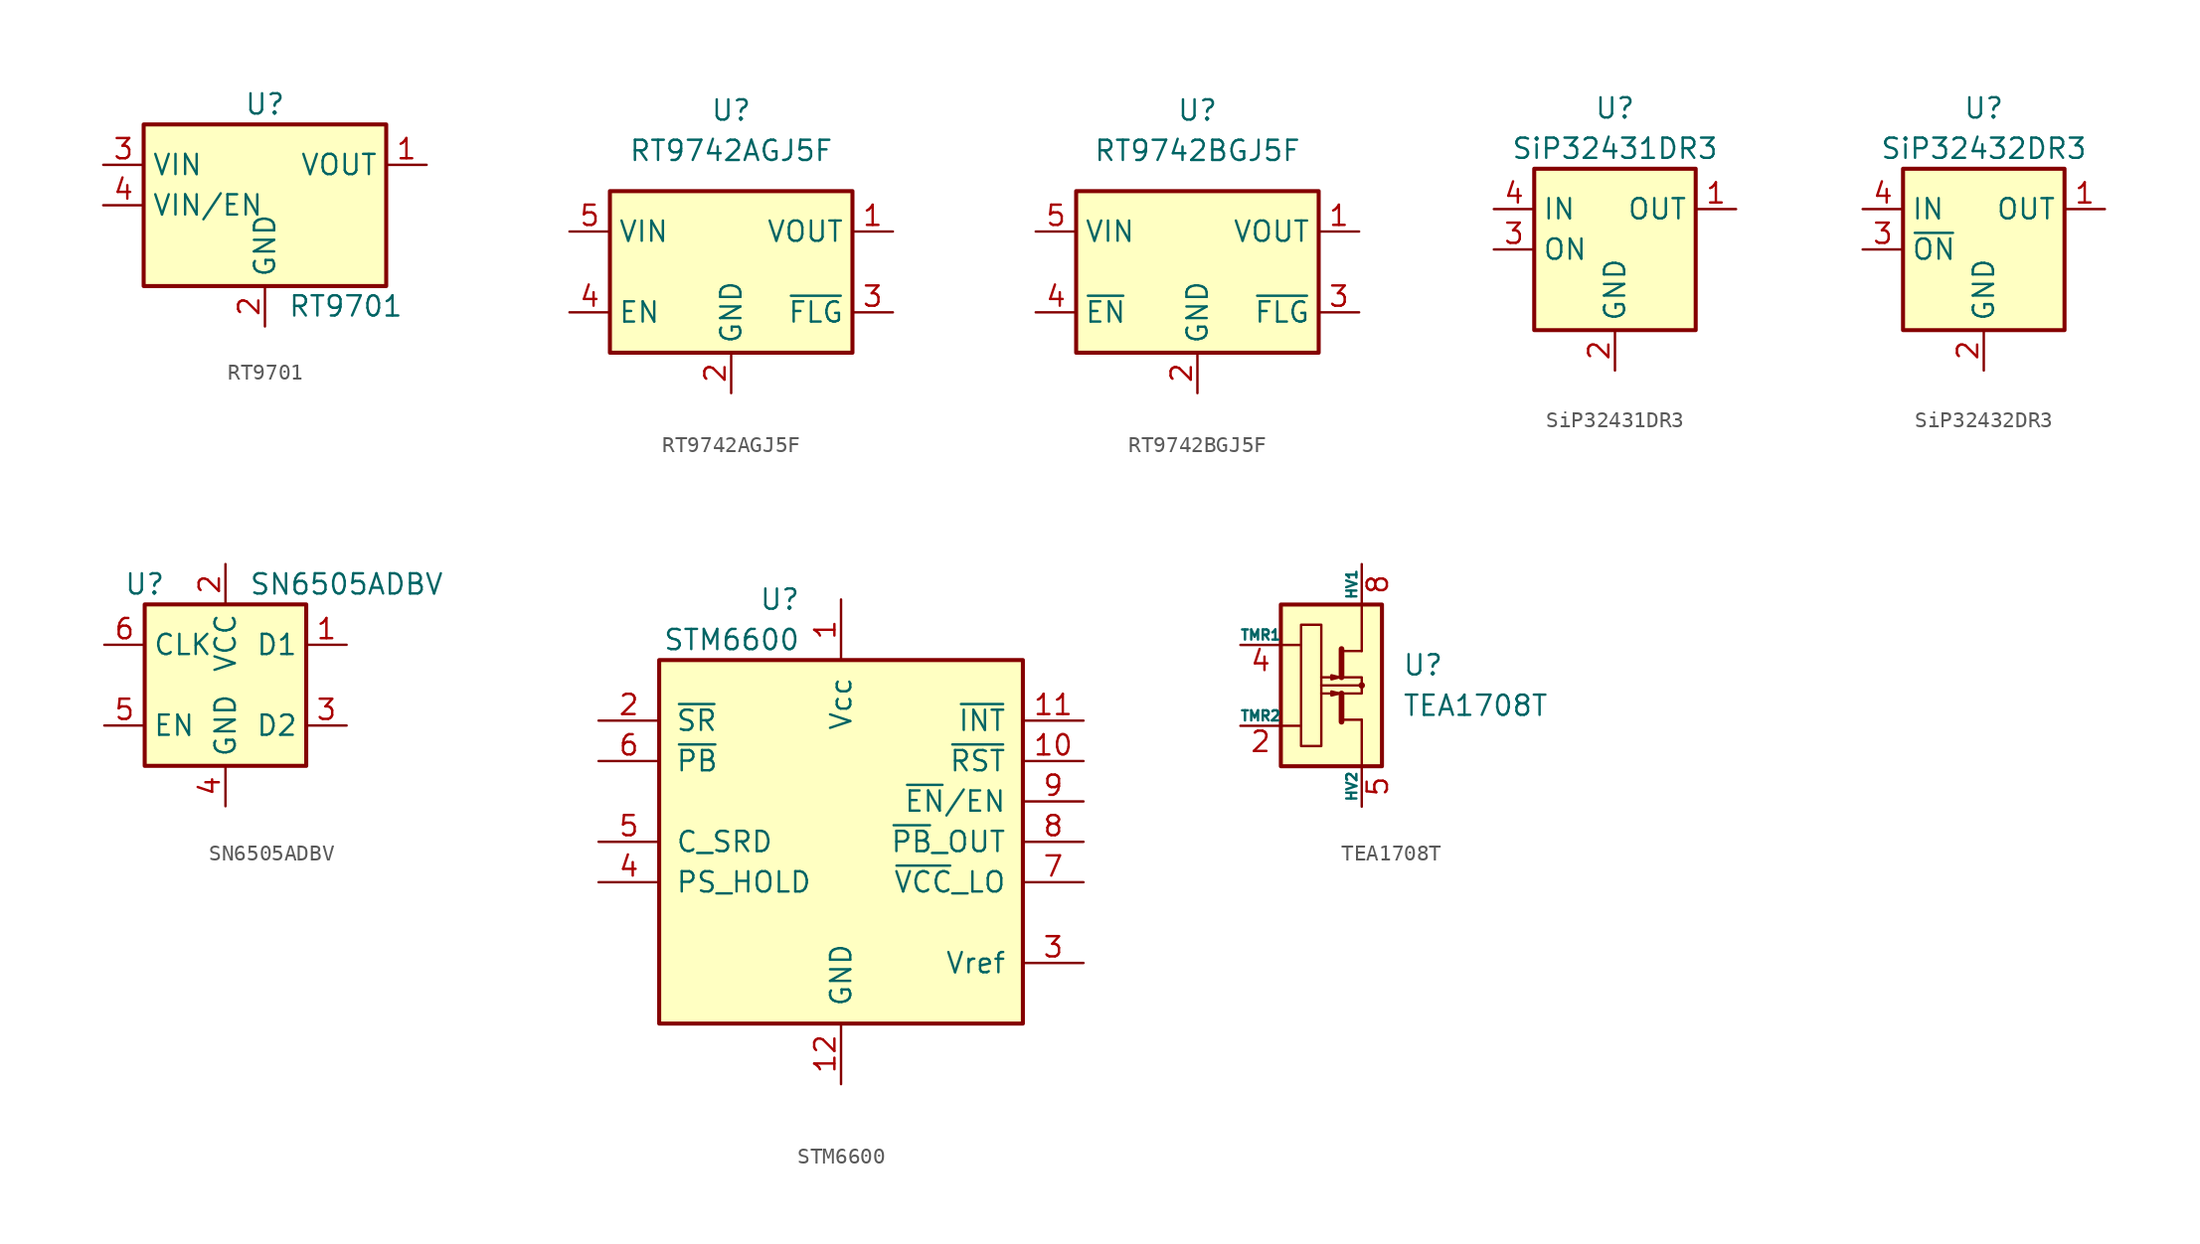
<source format=kicad_sym>
(kicad_symbol_lib
  (version 20241209)
  (generator "kicad_symbol_editor")
  (generator_version "9.0")
  (symbol "RT9701"
    (property "Reference" "U"
      (at 0 6.35 0)
      (effects (font (size 1.27 1.27))))
    (property "Value" "RT9701"
      (at 5.08 -6.35 0)
      (effects (font (size 1.27 1.27))))
    (symbol "RT9701_0_1"
      (rectangle (start -7.62 5.08) (end 7.62 -5.08) (stroke (width 0.254) (type default)) (fill (type background))))
    (symbol "RT9701_1_1"
      (pin power_in line (at -10.16 2.54 0) (length 2.54) (name "VIN" (effects (font (size 1.27 1.27)))) (number "3" (effects (font (size 1.27 1.27)))))
      (pin input line (at -10.16 0 0) (length 2.54) (name "VIN/EN" (effects (font (size 1.27 1.27)))) (number "4" (effects (font (size 1.27 1.27)))))
      (pin power_in line (at 0 -7.62 90) (length 2.54) (name "GND" (effects (font (size 1.27 1.27)))) (number "2" (effects (font (size 1.27 1.27)))))
      (pin power_out line (at 10.16 2.54 180) (length 2.54) (name "VOUT" (effects (font (size 1.27 1.27)))) (number "1" (effects (font (size 1.27 1.27)))))
      (pin passive line (at 10.16 2.54 180) (length 2.54) (hide yes) (name "VOUT" (effects (font (size 1.27 1.27)))) (number "5" (effects (font (size 1.27 1.27)))))))
  (symbol "RT9742AGJ5F"
    (property "Reference" "U"
      (at 0 10.16 0)
      (effects (font (size 1.27 1.27))))
    (property "Value" "RT9742AGJ5F"
      (at 0 7.62 0)
      (effects (font (size 1.27 1.27))))
    (symbol "RT9742AGJ5F_0_1"
      (rectangle (start -7.62 5.08) (end 7.62 -5.08) (stroke (width 0.254) (type default)) (fill (type background))))
    (symbol "RT9742AGJ5F_1_1"
      (pin power_in line (at -10.16 2.54 0) (length 2.54) (name "VIN" (effects (font (size 1.27 1.27)))) (number "5" (effects (font (size 1.27 1.27)))))
      (pin input line (at -10.16 -2.54 0) (length 2.54) (name "EN" (effects (font (size 1.27 1.27)))) (number "4" (effects (font (size 1.27 1.27)))))
      (pin power_in line (at 0 -7.62 90) (length 2.54) (name "GND" (effects (font (size 1.27 1.27)))) (number "2" (effects (font (size 1.27 1.27)))))
      (pin power_out line (at 10.16 2.54 180) (length 2.54) (name "VOUT" (effects (font (size 1.27 1.27)))) (number "1" (effects (font (size 1.27 1.27)))))
      (pin open_collector line (at 10.16 -2.54 180) (length 2.54) (name "~{FLG}" (effects (font (size 1.27 1.27)))) (number "3" (effects (font (size 1.27 1.27)))))))
  (symbol "RT9742BGJ5F"
    (property "Reference" "U"
      (at 0 10.16 0)
      (effects (font (size 1.27 1.27))))
    (property "Value" "RT9742BGJ5F"
      (at 0 7.62 0)
      (effects (font (size 1.27 1.27))))
    (symbol "RT9742BGJ5F_0_1"
      (rectangle (start -7.62 5.08) (end 7.62 -5.08) (stroke (width 0.254) (type default)) (fill (type background))))
    (symbol "RT9742BGJ5F_1_1"
      (pin power_in line (at -10.16 2.54 0) (length 2.54) (name "VIN" (effects (font (size 1.27 1.27)))) (number "5" (effects (font (size 1.27 1.27)))))
      (pin input line (at -10.16 -2.54 0) (length 2.54) (name "~{EN}" (effects (font (size 1.27 1.27)))) (number "4" (effects (font (size 1.27 1.27)))))
      (pin power_in line (at 0 -7.62 90) (length 2.54) (name "GND" (effects (font (size 1.27 1.27)))) (number "2" (effects (font (size 1.27 1.27)))))
      (pin power_out line (at 10.16 2.54 180) (length 2.54) (name "VOUT" (effects (font (size 1.27 1.27)))) (number "1" (effects (font (size 1.27 1.27)))))
      (pin open_collector line (at 10.16 -2.54 180) (length 2.54) (name "~{FLG}" (effects (font (size 1.27 1.27)))) (number "3" (effects (font (size 1.27 1.27)))))))
  (symbol "SiP32431DR3"
    (property "Reference" "U"
      (at 0 8.89 0)
      (effects (font (size 1.27 1.27))))
    (property "Value" "SiP32431DR3"
      (at 0 6.35 0)
      (effects (font (size 1.27 1.27))))
    (symbol "SiP32431DR3_0_1"
      (rectangle (start -5.08 5.08) (end 5.08 -5.08) (stroke (width 0.254) (type default)) (fill (type background))))
    (symbol "SiP32431DR3_1_1"
      (pin passive line (at -7.62 2.54 0) (length 2.54) (name "IN" (effects (font (size 1.27 1.27)))) (number "4" (effects (font (size 1.27 1.27)))))
      (pin input line (at -7.62 0 0) (length 2.54) (name "ON" (effects (font (size 1.27 1.27)))) (number "3" (effects (font (size 1.27 1.27)))))
      (pin power_in line (at 0 -7.62 90) (length 2.54) (name "GND" (effects (font (size 1.27 1.27)))) (number "2" (effects (font (size 1.27 1.27)))))
      (pin passive line (at 0 -7.62 90) (length 2.54) (hide yes) (name "GND" (effects (font (size 1.27 1.27)))) (number "5" (effects (font (size 1.27 1.27)))))
      (pin no_connect line (at 5.08 0 180) (length 2.54) (hide yes) (name "NC" (effects (font (size 1.27 1.27)))) (number "6" (effects (font (size 1.27 1.27)))))
      (pin passive line (at 7.62 2.54 180) (length 2.54) (name "OUT" (effects (font (size 1.27 1.27)))) (number "1" (effects (font (size 1.27 1.27)))))))
  (symbol "SiP32432DR3"
    (property "Reference" "U"
      (at 0 8.89 0)
      (effects (font (size 1.27 1.27))))
    (property "Value" "SiP32432DR3"
      (at 0 6.35 0)
      (effects (font (size 1.27 1.27))))
    (symbol "SiP32432DR3_0_1"
      (rectangle (start -5.08 5.08) (end 5.08 -5.08) (stroke (width 0.254) (type default)) (fill (type background))))
    (symbol "SiP32432DR3_1_1"
      (pin passive line (at -7.62 2.54 0) (length 2.54) (name "IN" (effects (font (size 1.27 1.27)))) (number "4" (effects (font (size 1.27 1.27)))))
      (pin input line (at -7.62 0 0) (length 2.54) (name "~{ON}" (effects (font (size 1.27 1.27)))) (number "3" (effects (font (size 1.27 1.27)))))
      (pin power_in line (at 0 -7.62 90) (length 2.54) (name "GND" (effects (font (size 1.27 1.27)))) (number "2" (effects (font (size 1.27 1.27)))))
      (pin passive line (at 0 -7.62 90) (length 2.54) (hide yes) (name "GND" (effects (font (size 1.27 1.27)))) (number "5" (effects (font (size 1.27 1.27)))))
      (pin no_connect line (at 5.08 0 180) (length 2.54) (hide yes) (name "NC" (effects (font (size 1.27 1.27)))) (number "6" (effects (font (size 1.27 1.27)))))
      (pin passive line (at 7.62 2.54 180) (length 2.54) (name "OUT" (effects (font (size 1.27 1.27)))) (number "1" (effects (font (size 1.27 1.27)))))))
  (symbol "SN6505ADBV"
    (property "Reference" "U"
      (at -5.08 6.35 0)
      (effects (font (size 1.27 1.27))))
    (property "Value" "SN6505ADBV"
      (at 7.62 6.35 0)
      (effects (font (size 1.27 1.27))))
    (symbol "SN6505ADBV_0_1"
      (rectangle (start -5.08 5.08) (end 5.08 -5.08) (stroke (width 0.254) (type default)) (fill (type background))))
    (symbol "SN6505ADBV_1_1"
      (pin input line (at -7.62 2.54 0) (length 2.54) (name "CLK" (effects (font (size 1.27 1.27)))) (number "6" (effects (font (size 1.27 1.27)))))
      (pin input line (at -7.62 -2.54 0) (length 2.54) (name "EN" (effects (font (size 1.27 1.27)))) (number "5" (effects (font (size 1.27 1.27)))))
      (pin power_in line (at 0 7.62 270) (length 2.54) (name "VCC" (effects (font (size 1.27 1.27)))) (number "2" (effects (font (size 1.27 1.27)))))
      (pin power_in line (at 0 -7.62 90) (length 2.54) (name "GND" (effects (font (size 1.27 1.27)))) (number "4" (effects (font (size 1.27 1.27)))))
      (pin open_collector line (at 7.62 2.54 180) (length 2.54) (name "D1" (effects (font (size 1.27 1.27)))) (number "1" (effects (font (size 1.27 1.27)))))
      (pin open_collector line (at 7.62 -2.54 180) (length 2.54) (name "D2" (effects (font (size 1.27 1.27)))) (number "3" (effects (font (size 1.27 1.27)))))))
  (symbol "STM6600"
    (pin_names
      (offset 1.016))
    (property "Reference" "U"
      (at -2.54 15.24 0)
      (effects (font (size 1.27 1.27)) (justify right)))
    (property "Value" "STM6600"
      (at -2.54 12.7 0)
      (effects (font (size 1.27 1.27)) (justify right)))
    (symbol "STM6600_0_1"
      (rectangle (start -11.43 11.43) (end 11.43 -11.43) (stroke (width 0.254) (type default)) (fill (type background))))
    (symbol "STM6600_1_1"
      (pin input line (at -15.24 7.62 0) (length 3.81) (name "~{SR}" (effects (font (size 1.27 1.27)))) (number "2" (effects (font (size 1.27 1.27)))))
      (pin input line (at -15.24 5.08 0) (length 3.81) (name "~{PB}" (effects (font (size 1.27 1.27)))) (number "6" (effects (font (size 1.27 1.27)))))
      (pin input line (at -15.24 0 0) (length 3.81) (name "C_SRD" (effects (font (size 1.27 1.27)))) (number "5" (effects (font (size 1.27 1.27)))))
      (pin input line (at -15.24 -2.54 0) (length 3.81) (name "PS_HOLD" (effects (font (size 1.27 1.27)))) (number "4" (effects (font (size 1.27 1.27)))))
      (pin power_in line (at 0 15.24 270) (length 3.81) (name "Vcc" (effects (font (size 1.27 1.27)))) (number "1" (effects (font (size 1.27 1.27)))))
      (pin power_in line (at 0 -15.24 90) (length 3.81) (name "GND" (effects (font (size 1.27 1.27)))) (number "12" (effects (font (size 1.27 1.27)))))
      (pin open_collector line (at 15.24 7.62 180) (length 3.81) (name "~{INT}" (effects (font (size 1.27 1.27)))) (number "11" (effects (font (size 1.27 1.27)))))
      (pin open_collector line (at 15.24 5.08 180) (length 3.81) (name "~{RST}" (effects (font (size 1.27 1.27)))) (number "10" (effects (font (size 1.27 1.27)))))
      (pin output line (at 15.24 2.54 180) (length 3.81) (name "~{EN}/EN" (effects (font (size 1.27 1.27)))) (number "9" (effects (font (size 1.27 1.27)))))
      (pin open_collector line (at 15.24 0 180) (length 3.81) (name "~{PB}_OUT" (effects (font (size 1.27 1.27)))) (number "8" (effects (font (size 1.27 1.27)))))
      (pin open_collector line (at 15.24 -2.54 180) (length 3.81) (name "~{VCC}_LO" (effects (font (size 1.27 1.27)))) (number "7" (effects (font (size 1.27 1.27)))))
      (pin output line (at 15.24 -7.62 180) (length 3.81) (name "Vref" (effects (font (size 1.27 1.27)))) (number "3" (effects (font (size 1.27 1.27)))))))
  (symbol "TEA1708T"
    (pin_names
      (offset 0))
    (property "Reference" "U"
      (at 5.08 1.27 0)
      (effects (font (size 1.27 1.27)) (justify left)))
    (property "Value" "TEA1708T"
      (at 5.08 -1.27 0)
      (effects (font (size 1.27 1.27)) (justify left)))
    (symbol "TEA1708T_0_1"
      (rectangle (start -2.54 5.08) (end 3.81 -5.08) (stroke (width 0.254) (type default)) (fill (type background)))
      (polyline (pts (xy -2.54 2.54) (xy -1.27 2.54)) (stroke (width 0) (type default)) (fill (type none)))
      (rectangle (start -1.27 3.81) (end 0 -3.81) (stroke (width 0) (type default)) (fill (type none)))
      (polyline (pts (xy -1.27 -2.54) (xy -2.54 -2.54)) (stroke (width 0) (type default)) (fill (type none)))
      (polyline (pts (xy 0 0.508) (xy 2.54 0.508) (xy 2.54 -0.508) (xy 0 -0.508)) (stroke (width 0) (type default)) (fill (type none)))
      (polyline (pts (xy 1.27 2.286) (xy 1.27 0.508) (xy 1.27 2.032)) (stroke (width 0.356) (type default)) (fill (type none)))
      (polyline (pts (xy 1.27 2.159) (xy 2.54 2.159)) (stroke (width 0) (type default)) (fill (type none)))
      (polyline (pts (xy 1.27 -0.508) (xy 1.27 -2.286) (xy 1.27 -2.286)) (stroke (width 0.356) (type default)) (fill (type none)))
      (polyline (pts (xy 1.27 -2.159) (xy 2.54 -2.159)) (stroke (width 0) (type default)) (fill (type none)))
      (polyline (pts (xy 2.413 0) (xy 0 0)) (stroke (width 0) (type default)) (fill (type none)))
      (polyline (pts (xy 2.54 2.159) (xy 2.54 5.08)) (stroke (width 0) (type default)) (fill (type none)))
      (circle (center 2.54 0) (radius 0.127) (stroke (width 0) (type default)) (fill (type none)))
      (polyline (pts (xy 2.54 -2.159) (xy 2.54 -5.08) (xy 2.54 -3.175)) (stroke (width 0) (type default)) (fill (type none))))
    (symbol "TEA1708T_1_1"
      (polyline (pts (xy 1.143 0.508) (xy 0.635 0.381) (xy 0.635 0.635) (xy 1.143 0.508)) (stroke (width 0) (type default)) (fill (type none)))
      (polyline (pts (xy 1.143 -0.508) (xy 0.635 -0.635) (xy 0.635 -0.381) (xy 1.143 -0.508)) (stroke (width 0) (type default)) (fill (type none)))
      (pin passive line (at -5.08 2.54 0) (length 2.54) (name "TMR1" (effects (font (size 0.635 0.635)))) (number "4" (effects (font (size 1.27 1.27)))))
      (pin passive line (at -5.08 -2.54 0) (length 2.54) (name "TMR2" (effects (font (size 0.635 0.635)))) (number "2" (effects (font (size 1.27 1.27)))))
      (pin no_connect line (at -2.54 5.08 0) (length 2.54) (hide yes) (name "NC" (effects (font (size 1.27 1.27)))) (number "1" (effects (font (size 1.27 1.27)))))
      (pin no_connect line (at -2.54 2.54 0) (length 2.54) (hide yes) (name "NC" (effects (font (size 1.27 1.27)))) (number "3" (effects (font (size 1.27 1.27)))))
      (pin no_connect line (at -2.54 -2.54 0) (length 2.54) (hide yes) (name "NC" (effects (font (size 1.27 1.27)))) (number "6" (effects (font (size 1.27 1.27)))))
      (pin no_connect line (at -2.54 -5.08 0) (length 2.54) (hide yes) (name "NC" (effects (font (size 1.27 1.27)))) (number "7" (effects (font (size 1.27 1.27)))))
      (pin passive line (at 2.54 7.62 270) (length 2.54) (name "HV1" (effects (font (size 0.635 0.635)))) (number "8" (effects (font (size 1.27 1.27)))))
      (pin passive line (at 2.54 -7.62 90) (length 2.54) (name "HV2" (effects (font (size 0.635 0.635)))) (number "5" (effects (font (size 1.27 1.27))))))))
</source>
